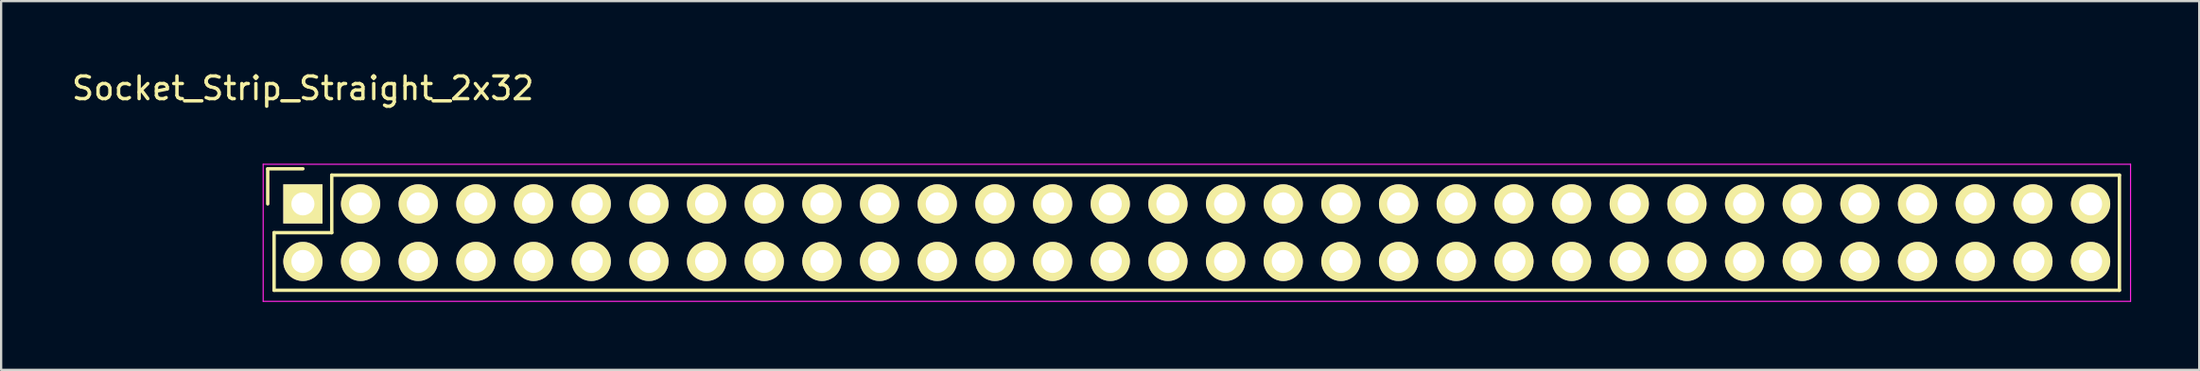
<source format=kicad_pcb>
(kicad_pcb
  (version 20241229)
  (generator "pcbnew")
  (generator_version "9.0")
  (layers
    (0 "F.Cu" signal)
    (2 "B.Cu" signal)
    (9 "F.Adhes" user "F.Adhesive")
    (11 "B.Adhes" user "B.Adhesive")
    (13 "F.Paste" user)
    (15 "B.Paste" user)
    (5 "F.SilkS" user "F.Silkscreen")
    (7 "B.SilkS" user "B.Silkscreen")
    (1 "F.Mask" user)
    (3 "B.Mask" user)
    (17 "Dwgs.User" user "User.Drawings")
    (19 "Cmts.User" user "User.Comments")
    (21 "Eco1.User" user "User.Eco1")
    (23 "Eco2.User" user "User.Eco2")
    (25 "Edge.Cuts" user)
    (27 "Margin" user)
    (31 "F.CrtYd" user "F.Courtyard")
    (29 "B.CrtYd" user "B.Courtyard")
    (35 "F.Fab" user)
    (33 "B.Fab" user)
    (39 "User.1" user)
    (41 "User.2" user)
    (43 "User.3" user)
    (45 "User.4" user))
  (footprint "Socket_Strip_Straight_2x32"
    (layer "F.Cu")
    (at 10.292 5.948)
    (property "Reference" "Socket_Strip_Straight_2x32" (at 0 -5.1 0) (layer "F.SilkS") (effects (font (size 1 1) (thickness 0.15))))
    (attr through_hole)
    (fp_line (start -1.55 -1.55) (end -1.55 0) (stroke (width 0.15) (type solid)) (layer "F.SilkS"))
    (fp_line (start -1.27 1.27) (end 1.27 1.27) (stroke (width 0.15) (type solid)) (layer "F.SilkS"))
    (fp_line (start -1.27 3.81) (end -1.27 1.27) (stroke (width 0.15) (type solid)) (layer "F.SilkS"))
    (fp_line (start 0 -1.55) (end -1.55 -1.55) (stroke (width 0.15) (type solid)) (layer "F.SilkS"))
    (fp_line (start 1.27 -1.27) (end 80.01 -1.27) (stroke (width 0.15) (type solid)) (layer "F.SilkS"))
    (fp_line (start 1.27 1.27) (end 1.27 -1.27) (stroke (width 0.15) (type solid)) (layer "F.SilkS"))
    (fp_line (start 80.01 3.81) (end -1.27 3.81) (stroke (width 0.15) (type solid)) (layer "F.SilkS"))
    (fp_line (start 80.01 3.81) (end 80.01 -1.27) (stroke (width 0.15) (type solid)) (layer "F.SilkS"))
    (fp_line (start -1.75 -1.75) (end -1.75 4.3) (stroke (width 0.05) (type solid)) (layer "F.CrtYd"))
    (fp_line (start -1.75 -1.75) (end 80.5 -1.75) (stroke (width 0.05) (type solid)) (layer "F.CrtYd"))
    (fp_line (start -1.75 4.3) (end 80.5 4.3) (stroke (width 0.05) (type solid)) (layer "F.CrtYd"))
    (fp_line (start 80.5 -1.75) (end 80.5 4.3) (stroke (width 0.05) (type solid)) (layer "F.CrtYd"))
    (pad "1" thru_hole rect (at 0 0) (size 1.727 1.727) (drill 1.016) (layers "*.Cu" "*.Mask" "F.SilkS"))
    (pad "2" thru_hole oval (at 0 2.54) (size 1.727 1.727) (drill 1.016) (layers "*.Cu" "*.Mask" "F.SilkS"))
    (pad "3" thru_hole oval (at 2.54 0) (size 1.727 1.727) (drill 1.016) (layers "*.Cu" "*.Mask" "F.SilkS"))
    (pad "4" thru_hole oval (at 2.54 2.54) (size 1.727 1.727) (drill 1.016) (layers "*.Cu" "*.Mask" "F.SilkS"))
    (pad "5" thru_hole oval (at 5.08 0) (size 1.727 1.727) (drill 1.016) (layers "*.Cu" "*.Mask" "F.SilkS"))
    (pad "6" thru_hole oval (at 5.08 2.54) (size 1.727 1.727) (drill 1.016) (layers "*.Cu" "*.Mask" "F.SilkS"))
    (pad "7" thru_hole oval (at 7.62 0) (size 1.727 1.727) (drill 1.016) (layers "*.Cu" "*.Mask" "F.SilkS"))
    (pad "8" thru_hole oval (at 7.62 2.54) (size 1.727 1.727) (drill 1.016) (layers "*.Cu" "*.Mask" "F.SilkS"))
    (pad "9" thru_hole oval (at 10.16 0) (size 1.727 1.727) (drill 1.016) (layers "*.Cu" "*.Mask" "F.SilkS"))
    (pad "10" thru_hole oval (at 10.16 2.54) (size 1.727 1.727) (drill 1.016) (layers "*.Cu" "*.Mask" "F.SilkS"))
    (pad "11" thru_hole oval (at 12.7 0) (size 1.727 1.727) (drill 1.016) (layers "*.Cu" "*.Mask" "F.SilkS"))
    (pad "12" thru_hole oval (at 12.7 2.54) (size 1.727 1.727) (drill 1.016) (layers "*.Cu" "*.Mask" "F.SilkS"))
    (pad "13" thru_hole oval (at 15.24 0) (size 1.727 1.727) (drill 1.016) (layers "*.Cu" "*.Mask" "F.SilkS"))
    (pad "14" thru_hole oval (at 15.24 2.54) (size 1.727 1.727) (drill 1.016) (layers "*.Cu" "*.Mask" "F.SilkS"))
    (pad "15" thru_hole oval (at 17.78 0) (size 1.727 1.727) (drill 1.016) (layers "*.Cu" "*.Mask" "F.SilkS"))
    (pad "16" thru_hole oval (at 17.78 2.54) (size 1.727 1.727) (drill 1.016) (layers "*.Cu" "*.Mask" "F.SilkS"))
    (pad "17" thru_hole oval (at 20.32 0) (size 1.727 1.727) (drill 1.016) (layers "*.Cu" "*.Mask" "F.SilkS"))
    (pad "18" thru_hole oval (at 20.32 2.54) (size 1.727 1.727) (drill 1.016) (layers "*.Cu" "*.Mask" "F.SilkS"))
    (pad "19" thru_hole oval (at 22.86 0) (size 1.727 1.727) (drill 1.016) (layers "*.Cu" "*.Mask" "F.SilkS"))
    (pad "20" thru_hole oval (at 22.86 2.54) (size 1.727 1.727) (drill 1.016) (layers "*.Cu" "*.Mask" "F.SilkS"))
    (pad "21" thru_hole oval (at 25.4 0) (size 1.727 1.727) (drill 1.016) (layers "*.Cu" "*.Mask" "F.SilkS"))
    (pad "22" thru_hole oval (at 25.4 2.54) (size 1.727 1.727) (drill 1.016) (layers "*.Cu" "*.Mask" "F.SilkS"))
    (pad "23" thru_hole oval (at 27.94 0) (size 1.727 1.727) (drill 1.016) (layers "*.Cu" "*.Mask" "F.SilkS"))
    (pad "24" thru_hole oval (at 27.94 2.54) (size 1.727 1.727) (drill 1.016) (layers "*.Cu" "*.Mask" "F.SilkS"))
    (pad "25" thru_hole oval (at 30.48 0) (size 1.727 1.727) (drill 1.016) (layers "*.Cu" "*.Mask" "F.SilkS"))
    (pad "26" thru_hole oval (at 30.48 2.54) (size 1.727 1.727) (drill 1.016) (layers "*.Cu" "*.Mask" "F.SilkS"))
    (pad "27" thru_hole oval (at 33.02 0) (size 1.727 1.727) (drill 1.016) (layers "*.Cu" "*.Mask" "F.SilkS"))
    (pad "28" thru_hole oval (at 33.02 2.54) (size 1.727 1.727) (drill 1.016) (layers "*.Cu" "*.Mask" "F.SilkS"))
    (pad "29" thru_hole oval (at 35.56 0) (size 1.727 1.727) (drill 1.016) (layers "*.Cu" "*.Mask" "F.SilkS"))
    (pad "30" thru_hole oval (at 35.56 2.54) (size 1.727 1.727) (drill 1.016) (layers "*.Cu" "*.Mask" "F.SilkS"))
    (pad "31" thru_hole oval (at 38.1 0) (size 1.727 1.727) (drill 1.016) (layers "*.Cu" "*.Mask" "F.SilkS"))
    (pad "32" thru_hole oval (at 38.1 2.54) (size 1.727 1.727) (drill 1.016) (layers "*.Cu" "*.Mask" "F.SilkS"))
    (pad "33" thru_hole oval (at 40.64 0) (size 1.727 1.727) (drill 1.016) (layers "*.Cu" "*.Mask" "F.SilkS"))
    (pad "34" thru_hole oval (at 40.64 2.54) (size 1.727 1.727) (drill 1.016) (layers "*.Cu" "*.Mask" "F.SilkS"))
    (pad "35" thru_hole oval (at 43.18 0) (size 1.727 1.727) (drill 1.016) (layers "*.Cu" "*.Mask" "F.SilkS"))
    (pad "36" thru_hole oval (at 43.18 2.54) (size 1.727 1.727) (drill 1.016) (layers "*.Cu" "*.Mask" "F.SilkS"))
    (pad "37" thru_hole oval (at 45.72 0) (size 1.727 1.727) (drill 1.016) (layers "*.Cu" "*.Mask" "F.SilkS"))
    (pad "38" thru_hole oval (at 45.72 2.54) (size 1.727 1.727) (drill 1.016) (layers "*.Cu" "*.Mask" "F.SilkS"))
    (pad "39" thru_hole oval (at 48.26 0) (size 1.727 1.727) (drill 1.016) (layers "*.Cu" "*.Mask" "F.SilkS"))
    (pad "40" thru_hole oval (at 48.26 2.54) (size 1.727 1.727) (drill 1.016) (layers "*.Cu" "*.Mask" "F.SilkS"))
    (pad "41" thru_hole oval (at 50.8 0) (size 1.727 1.727) (drill 1.016) (layers "*.Cu" "*.Mask" "F.SilkS"))
    (pad "42" thru_hole oval (at 50.8 2.54) (size 1.727 1.727) (drill 1.016) (layers "*.Cu" "*.Mask" "F.SilkS"))
    (pad "43" thru_hole oval (at 53.34 0) (size 1.727 1.727) (drill 1.016) (layers "*.Cu" "*.Mask" "F.SilkS"))
    (pad "44" thru_hole oval (at 53.34 2.54) (size 1.727 1.727) (drill 1.016) (layers "*.Cu" "*.Mask" "F.SilkS"))
    (pad "45" thru_hole oval (at 55.88 0) (size 1.727 1.727) (drill 1.016) (layers "*.Cu" "*.Mask" "F.SilkS"))
    (pad "46" thru_hole oval (at 55.88 2.54) (size 1.727 1.727) (drill 1.016) (layers "*.Cu" "*.Mask" "F.SilkS"))
    (pad "47" thru_hole oval (at 58.42 0) (size 1.727 1.727) (drill 1.016) (layers "*.Cu" "*.Mask" "F.SilkS"))
    (pad "48" thru_hole oval (at 58.42 2.54) (size 1.727 1.727) (drill 1.016) (layers "*.Cu" "*.Mask" "F.SilkS"))
    (pad "49" thru_hole oval (at 60.96 0) (size 1.727 1.727) (drill 1.016) (layers "*.Cu" "*.Mask" "F.SilkS"))
    (pad "50" thru_hole oval (at 60.96 2.54) (size 1.727 1.727) (drill 1.016) (layers "*.Cu" "*.Mask" "F.SilkS"))
    (pad "51" thru_hole oval (at 63.5 0) (size 1.727 1.727) (drill 1.016) (layers "*.Cu" "*.Mask" "F.SilkS"))
    (pad "52" thru_hole oval (at 63.5 2.54) (size 1.727 1.727) (drill 1.016) (layers "*.Cu" "*.Mask" "F.SilkS"))
    (pad "53" thru_hole oval (at 66.04 0) (size 1.727 1.727) (drill 1.016) (layers "*.Cu" "*.Mask" "F.SilkS"))
    (pad "54" thru_hole oval (at 66.04 2.54) (size 1.727 1.727) (drill 1.016) (layers "*.Cu" "*.Mask" "F.SilkS"))
    (pad "55" thru_hole oval (at 68.58 0) (size 1.727 1.727) (drill 1.016) (layers "*.Cu" "*.Mask" "F.SilkS"))
    (pad "56" thru_hole oval (at 68.58 2.54) (size 1.727 1.727) (drill 1.016) (layers "*.Cu" "*.Mask" "F.SilkS"))
    (pad "57" thru_hole oval (at 71.12 0) (size 1.727 1.727) (drill 1.016) (layers "*.Cu" "*.Mask" "F.SilkS"))
    (pad "58" thru_hole oval (at 71.12 2.54) (size 1.727 1.727) (drill 1.016) (layers "*.Cu" "*.Mask" "F.SilkS"))
    (pad "59" thru_hole oval (at 73.66 0) (size 1.727 1.727) (drill 1.016) (layers "*.Cu" "*.Mask" "F.SilkS"))
    (pad "60" thru_hole oval (at 73.66 2.54) (size 1.727 1.727) (drill 1.016) (layers "*.Cu" "*.Mask" "F.SilkS"))
    (pad "61" thru_hole oval (at 76.2 0) (size 1.727 1.727) (drill 1.016) (layers "*.Cu" "*.Mask" "F.SilkS"))
    (pad "62" thru_hole oval (at 76.2 2.54) (size 1.727 1.727) (drill 1.016) (layers "*.Cu" "*.Mask" "F.SilkS"))
    (pad "63" thru_hole oval (at 78.74 0) (size 1.727 1.727) (drill 1.016) (layers "*.Cu" "*.Mask" "F.SilkS"))
    (pad "64" thru_hole oval (at 78.74 2.54) (size 1.727 1.727) (drill 1.016) (layers "*.Cu" "*.Mask" "F.SilkS")))
  (gr_rect
    (start -3 -3)
    (end 93.817 13.273)
    (stroke (width 0.1) (type default))
    (fill no)
    (layer "Edge.Cuts")))
</source>
